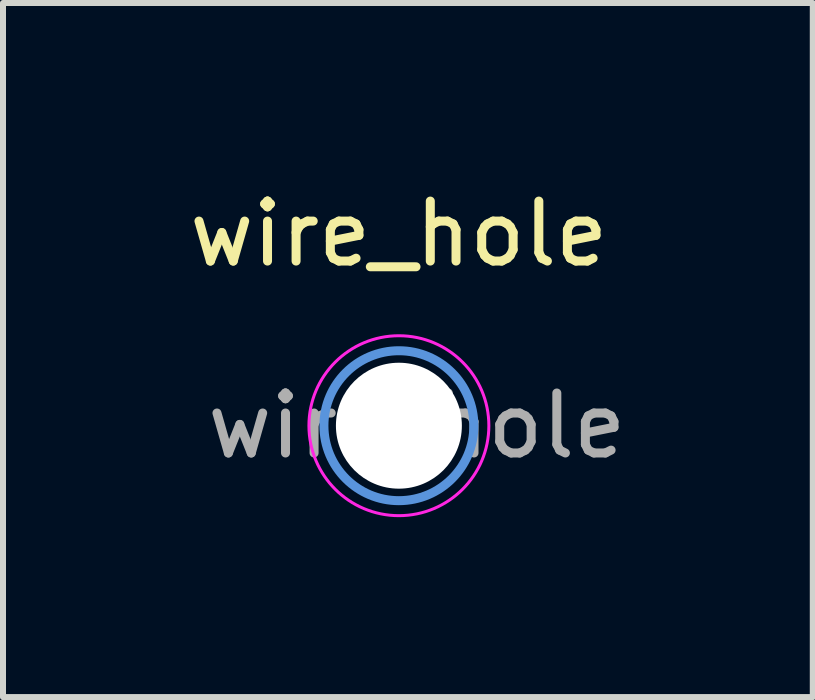
<source format=kicad_pcb>
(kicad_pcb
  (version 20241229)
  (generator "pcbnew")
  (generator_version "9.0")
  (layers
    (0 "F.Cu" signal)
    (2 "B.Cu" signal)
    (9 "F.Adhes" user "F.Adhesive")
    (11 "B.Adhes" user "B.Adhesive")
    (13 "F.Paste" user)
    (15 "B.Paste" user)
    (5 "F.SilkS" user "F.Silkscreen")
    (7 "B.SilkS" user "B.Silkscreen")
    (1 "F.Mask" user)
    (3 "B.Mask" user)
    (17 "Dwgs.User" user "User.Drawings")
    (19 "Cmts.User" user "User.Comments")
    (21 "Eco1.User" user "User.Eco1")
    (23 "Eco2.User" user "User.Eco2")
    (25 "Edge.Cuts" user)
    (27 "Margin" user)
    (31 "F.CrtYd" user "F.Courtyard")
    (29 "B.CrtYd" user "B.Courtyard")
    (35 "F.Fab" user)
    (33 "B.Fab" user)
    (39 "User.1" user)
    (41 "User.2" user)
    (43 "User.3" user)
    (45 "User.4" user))
  (footprint "wire_hole"
    (layer "F.Cu")
    (at 3.601 4.048)
    (property "Reference" "wire_hole" (at 0 -3.2 0) (layer "F.SilkS") (effects (font (size 1 1) (thickness 0.15))))
    (attr exclude_from_pos_files exclude_from_bom)
    (fp_circle (center 0 0) (end 1.25 0) (stroke (width 0.15) (type solid)) (fill no) (layer "Cmts.User"))
    (fp_circle (center 0 0) (end 1.5 0) (stroke (width 0.05) (type solid)) (fill no) (layer "F.CrtYd"))
    (fp_text user "${REFERENCE}" (at 0.3 0 0) (layer "F.Fab") (effects (font (size 1 1) (thickness 0.15))))
    (pad "" np_thru_hole circle (at 0 0) (size 2.1 2.1) (drill 2.1) (layers "*.Cu" "*.Mask")))
  (gr_rect
    (start -3 -3)
    (end 10.502 8.573)
    (stroke (width 0.1) (type default))
    (fill no)
    (layer "Edge.Cuts")))
</source>
